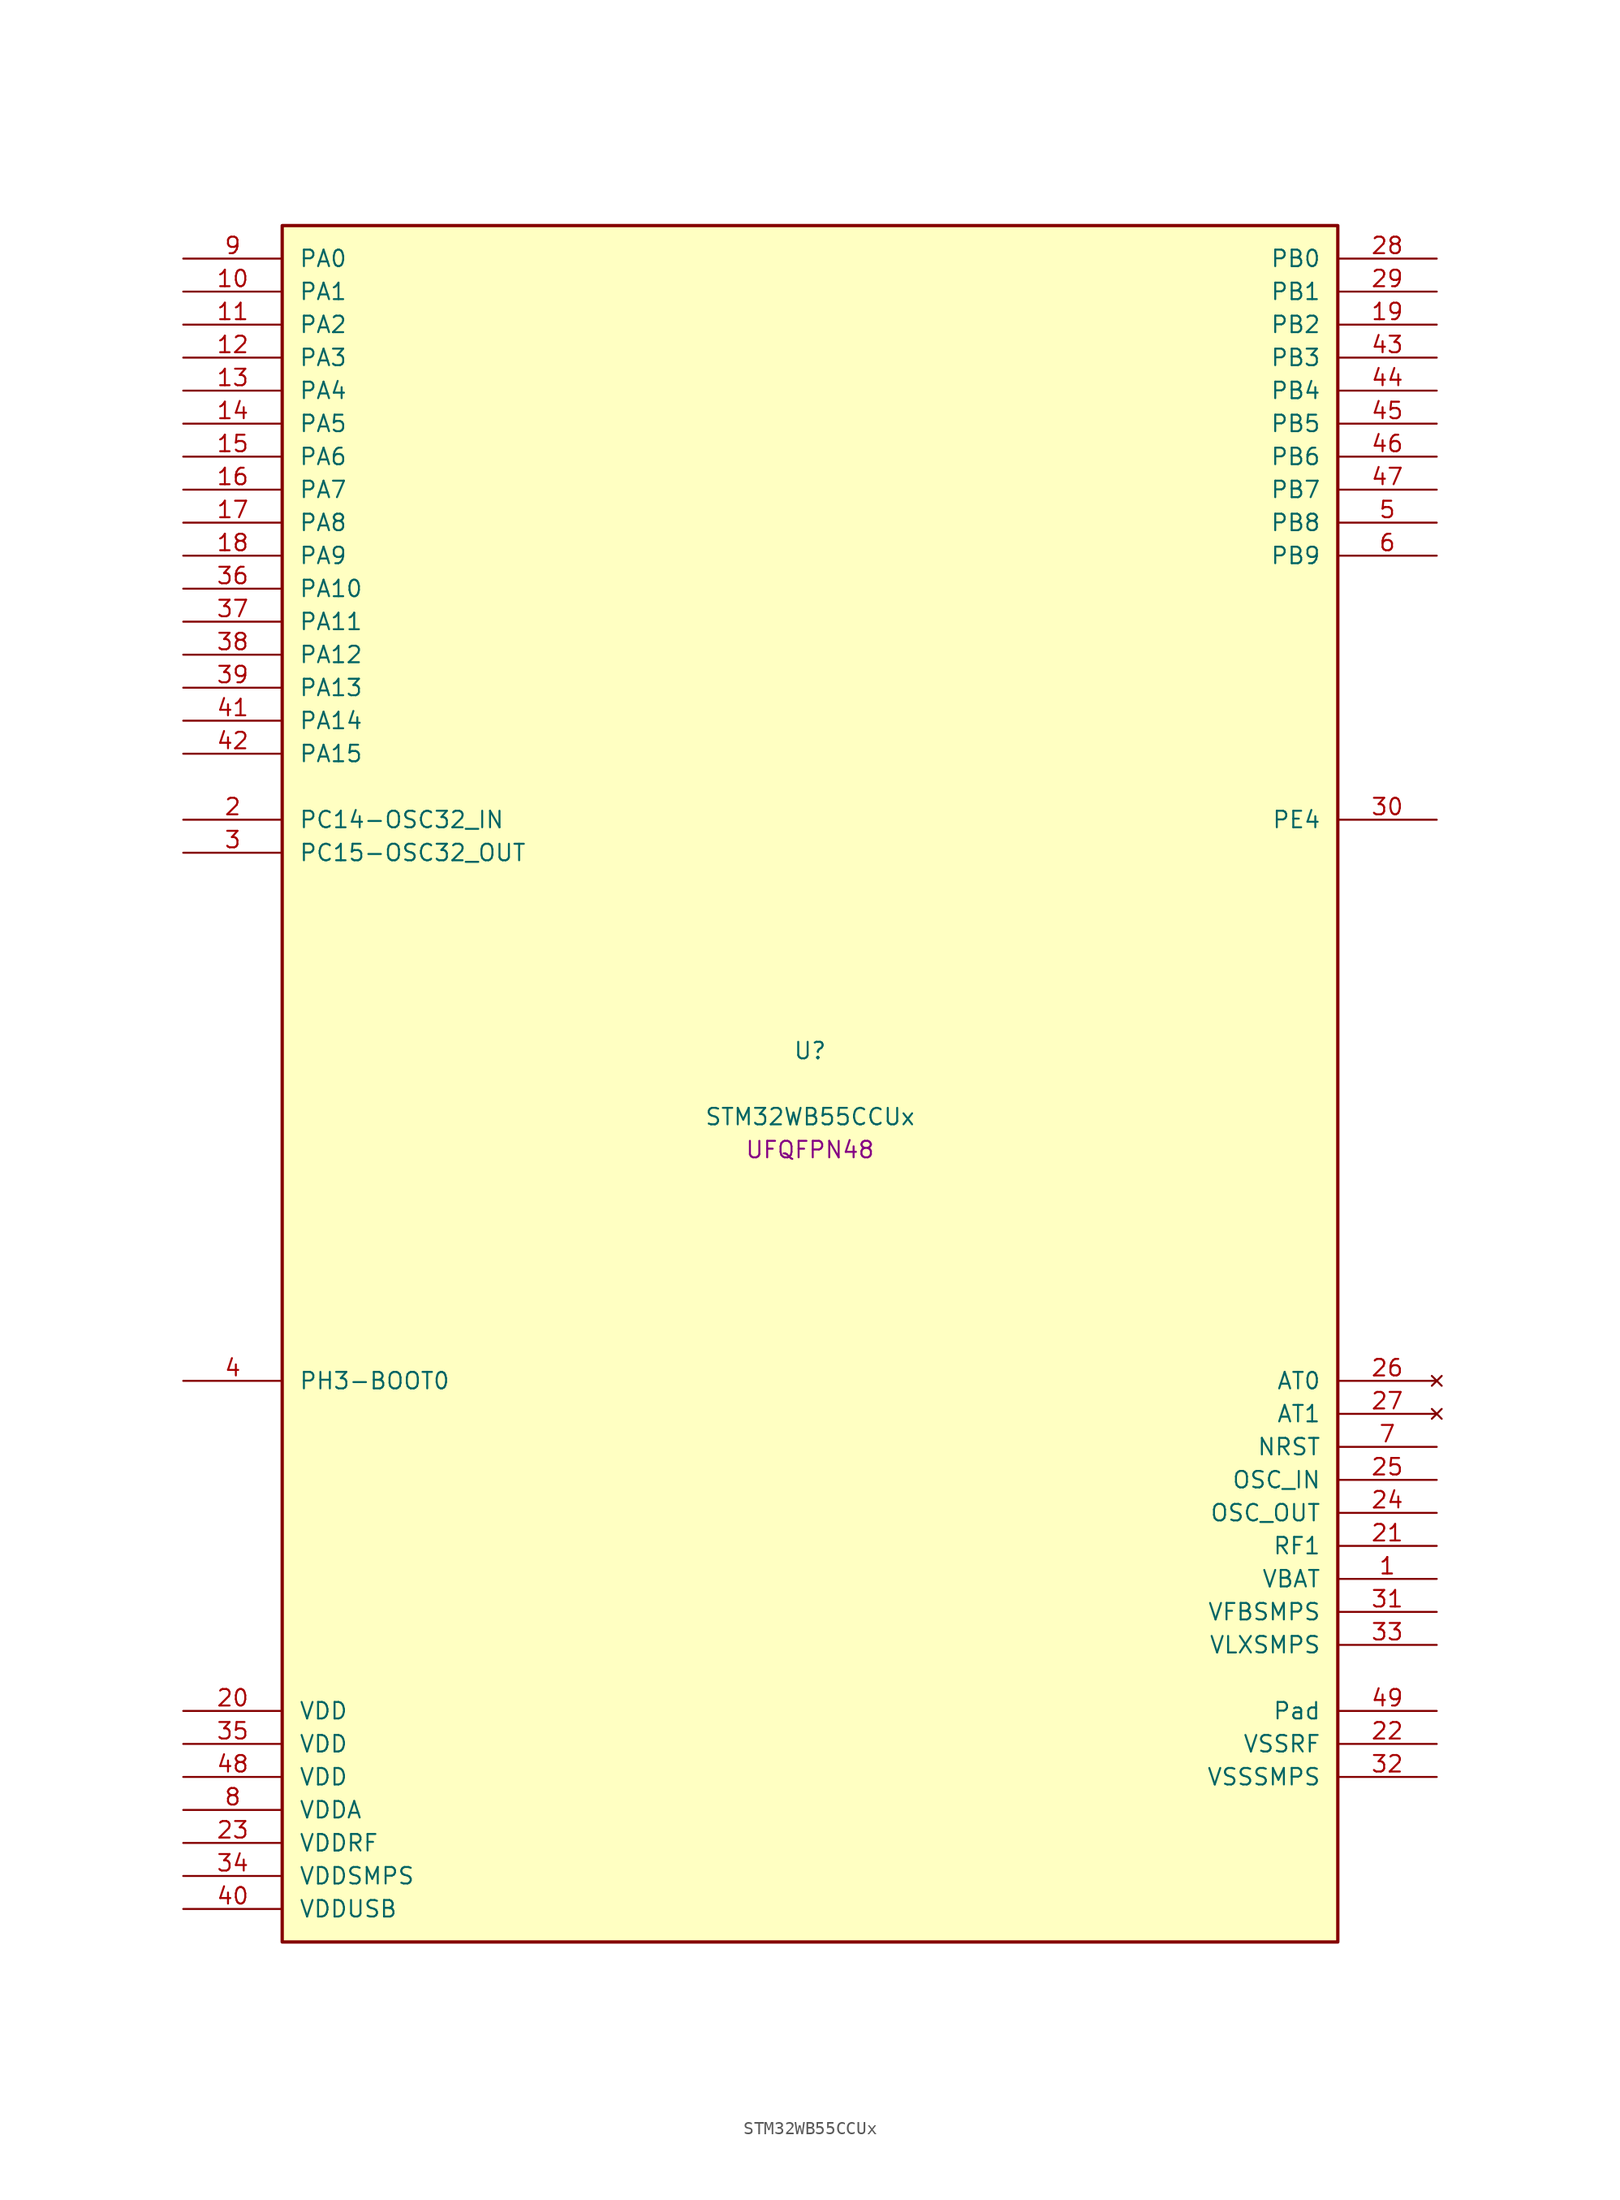
<source format=kicad_sym>
(kicad_symbol_lib
  (version 20241209)
  (generator "stm32_pkl_generator")
  (generator_version "1.0")
  (symbol "STM32WB55CCUx"
    (pin_names
      (offset 1.27))
    (property "Reference" "U"
      (at 0 2.54 0))
    (property "Value" "STM32WB55CCUx"
      (at 0 -2.54 0))
    (property "Footprint" "UFQFPN48"
      (at 0 -5.08 0))
    (symbol "STM32WB55CCUx_1_1"
      (rectangle (start -40.64 66.04) (end 40.64 -66.04) (stroke (width 0.254) (type solid)) (fill (type background)))
      (pin bidirectional line (at -48.26 63.5 0) (length 7.62) (name "PA0") (number "9") (alternate "PA0/ADC1_IN5" bidirectional line) (alternate "PA0/COMP1_INM" bidirectional line) (alternate "PA0/COMP1_OUT" bidirectional line) (alternate "PA0/RTC_TAMP2" bidirectional line) (alternate "PA0/SAI1_EXTCLK" bidirectional line) (alternate "PA0/SYS_WKUP1" bidirectional line) (alternate "PA0/TIM2_CH1" bidirectional line) (alternate "PA0/TIM2_ETR" bidirectional line))
      (pin bidirectional line (at -48.26 60.96 0) (length 7.62) (name "PA1") (number "10") (alternate "PA1/ADC1_IN6" bidirectional line) (alternate "PA1/COMP1_INP" bidirectional line) (alternate "PA1/I2C1_SMBA" bidirectional line) (alternate "PA1/LCD_SEG0" bidirectional line) (alternate "PA1/SPI1_SCK" bidirectional line) (alternate "PA1/TIM2_CH2" bidirectional line))
      (pin bidirectional line (at -48.26 58.42 0) (length 7.62) (name "PA2") (number "11") (alternate "PA2/ADC1_IN7" bidirectional line) (alternate "PA2/COMP2_INM" bidirectional line) (alternate "PA2/COMP2_OUT" bidirectional line) (alternate "PA2/LCD_SEG1" bidirectional line) (alternate "PA2/LPUART1_TX" bidirectional line) (alternate "PA2/QUADSPI_BK1_NCS" bidirectional line) (alternate "PA2/RCC_LSCO" bidirectional line) (alternate "PA2/SYS_WKUP4" bidirectional line) (alternate "PA2/TIM2_CH3" bidirectional line))
      (pin bidirectional line (at -48.26 55.88 0) (length 7.62) (name "PA3") (number "12") (alternate "PA3/ADC1_IN8" bidirectional line) (alternate "PA3/COMP2_INP" bidirectional line) (alternate "PA3/LCD_SEG2" bidirectional line) (alternate "PA3/LPUART1_RX" bidirectional line) (alternate "PA3/QUADSPI_CLK" bidirectional line) (alternate "PA3/SAI1_CK1" bidirectional line) (alternate "PA3/SAI1_MCLK_A" bidirectional line) (alternate "PA3/TIM2_CH4" bidirectional line))
      (pin bidirectional line (at -48.26 53.34 0) (length 7.62) (name "PA4") (number "13") (alternate "PA4/ADC1_IN9" bidirectional line) (alternate "PA4/COMP1_INM" bidirectional line) (alternate "PA4/COMP2_INM" bidirectional line) (alternate "PA4/LCD_SEG5" bidirectional line) (alternate "PA4/LPTIM2_OUT" bidirectional line) (alternate "PA4/SAI1_FS_B" bidirectional line) (alternate "PA4/SPI1_NSS" bidirectional line))
      (pin bidirectional line (at -48.26 50.8 0) (length 7.62) (name "PA5") (number "14") (alternate "PA5/ADC1_IN10" bidirectional line) (alternate "PA5/COMP1_INM" bidirectional line) (alternate "PA5/COMP2_INM" bidirectional line) (alternate "PA5/LPTIM2_ETR" bidirectional line) (alternate "PA5/SAI1_SD_B" bidirectional line) (alternate "PA5/SPI1_SCK" bidirectional line) (alternate "PA5/TIM2_CH1" bidirectional line) (alternate "PA5/TIM2_ETR" bidirectional line))
      (pin bidirectional line (at -48.26 48.26 0) (length 7.62) (name "PA6") (number "15") (alternate "PA6/ADC1_IN11" bidirectional line) (alternate "PA6/LCD_SEG3" bidirectional line) (alternate "PA6/LPUART1_CTS" bidirectional line) (alternate "PA6/QUADSPI_BK1_IO3" bidirectional line) (alternate "PA6/SPI1_MISO" bidirectional line) (alternate "PA6/TIM16_CH1" bidirectional line) (alternate "PA6/TIM1_BKIN" bidirectional line))
      (pin bidirectional line (at -48.26 45.72 0) (length 7.62) (name "PA7") (number "16") (alternate "PA7/ADC1_IN12" bidirectional line) (alternate "PA7/COMP2_OUT" bidirectional line) (alternate "PA7/I2C3_SCL" bidirectional line) (alternate "PA7/LCD_SEG4" bidirectional line) (alternate "PA7/QUADSPI_BK1_IO2" bidirectional line) (alternate "PA7/SPI1_MOSI" bidirectional line) (alternate "PA7/TIM17_CH1" bidirectional line) (alternate "PA7/TIM1_CH1N" bidirectional line))
      (pin bidirectional line (at -48.26 43.18 0) (length 7.62) (name "PA8") (number "17") (alternate "PA8/ADC1_IN15" bidirectional line) (alternate "PA8/LCD_COM0" bidirectional line) (alternate "PA8/LPTIM2_OUT" bidirectional line) (alternate "PA8/RCC_MCO" bidirectional line) (alternate "PA8/SAI1_CK2" bidirectional line) (alternate "PA8/SAI1_SCK_A" bidirectional line) (alternate "PA8/TIM1_CH1" bidirectional line) (alternate "PA8/USART1_CK" bidirectional line))
      (pin bidirectional line (at -48.26 40.64 0) (length 7.62) (name "PA9") (number "18") (alternate "PA9/ADC1_IN16" bidirectional line) (alternate "PA9/COMP1_INM" bidirectional line) (alternate "PA9/I2C1_SCL" bidirectional line) (alternate "PA9/LCD_COM1" bidirectional line) (alternate "PA9/SAI1_D2" bidirectional line) (alternate "PA9/SAI1_FS_A" bidirectional line) (alternate "PA9/TIM1_CH2" bidirectional line) (alternate "PA9/USART1_TX" bidirectional line))
      (pin bidirectional line (at -48.26 38.1 0) (length 7.62) (name "PA10") (number "36") (alternate "PA10/CRS_SYNC" bidirectional line) (alternate "PA10/I2C1_SDA" bidirectional line) (alternate "PA10/LCD_COM2" bidirectional line) (alternate "PA10/SAI1_D1" bidirectional line) (alternate "PA10/SAI1_SD_A" bidirectional line) (alternate "PA10/TIM17_BKIN" bidirectional line) (alternate "PA10/TIM1_CH3" bidirectional line) (alternate "PA10/USART1_RX" bidirectional line))
      (pin bidirectional line (at -48.26 35.56 0) (length 7.62) (name "PA11") (number "37") (alternate "PA11/ADC1_EXTI11" bidirectional line) (alternate "PA11/SPI1_MISO" bidirectional line) (alternate "PA11/TIM1_BKIN2" bidirectional line) (alternate "PA11/TIM1_CH4" bidirectional line) (alternate "PA11/USART1_CTS" bidirectional line) (alternate "PA11/USART1_NSS" bidirectional line) (alternate "PA11/USB_DM" bidirectional line))
      (pin bidirectional line (at -48.26 33.02 0) (length 7.62) (name "PA12") (number "38") (alternate "PA12/LPUART1_RX" bidirectional line) (alternate "PA12/SPI1_MOSI" bidirectional line) (alternate "PA12/TIM1_ETR" bidirectional line) (alternate "PA12/USART1_DE" bidirectional line) (alternate "PA12/USART1_RTS" bidirectional line) (alternate "PA12/USB_DP" bidirectional line))
      (pin bidirectional line (at -48.26 30.48 0) (length 7.62) (name "PA13") (number "39") (alternate "PA13/IR_OUT" bidirectional line) (alternate "PA13/SAI1_SD_B" bidirectional line) (alternate "PA13/SYS_JTMS-SWDIO" bidirectional line) (alternate "PA13/USB_NOE" bidirectional line))
      (pin bidirectional line (at -48.26 27.94 0) (length 7.62) (name "PA14") (number "41") (alternate "PA14/I2C1_SMBA" bidirectional line) (alternate "PA14/LCD_SEG5" bidirectional line) (alternate "PA14/LPTIM1_OUT" bidirectional line) (alternate "PA14/SAI1_FS_B" bidirectional line) (alternate "PA14/SYS_JTCK-SWCLK" bidirectional line))
      (pin bidirectional line (at -48.26 25.4 0) (length 7.62) (name "PA15") (number "42") (alternate "PA15/ADC1_EXTI15" bidirectional line) (alternate "PA15/LCD_SEG17" bidirectional line) (alternate "PA15/RCC_MCO" bidirectional line) (alternate "PA15/SPI1_NSS" bidirectional line) (alternate "PA15/SYS_JTDI" bidirectional line) (alternate "PA15/TIM2_CH1" bidirectional line) (alternate "PA15/TIM2_ETR" bidirectional line))
      (pin bidirectional line (at 48.26 63.5 180) (length 7.62) (name "PB0") (number "28") (alternate "PB0/COMP1_OUT" bidirectional line) (alternate "PB0/RF_TX_MOD_EXT_PA" bidirectional line))
      (pin bidirectional line (at 48.26 60.96 180) (length 7.62) (name "PB1") (number "29") (alternate "PB1/LPTIM2_IN1" bidirectional line) (alternate "PB1/LPUART1_DE" bidirectional line) (alternate "PB1/LPUART1_RTS" bidirectional line))
      (pin bidirectional line (at 48.26 58.42 180) (length 7.62) (name "PB2") (number "19") (alternate "PB2/COMP1_INP" bidirectional line) (alternate "PB2/I2C3_SMBA" bidirectional line) (alternate "PB2/LCD_VLCD" bidirectional line) (alternate "PB2/LPTIM1_OUT" bidirectional line) (alternate "PB2/RTC_OUT2" bidirectional line) (alternate "PB2/SAI1_EXTCLK" bidirectional line) (alternate "PB2/SPI1_NSS" bidirectional line))
      (pin bidirectional line (at 48.26 55.88 180) (length 7.62) (name "PB3") (number "43") (alternate "PB3/COMP2_INM" bidirectional line) (alternate "PB3/LCD_SEG7" bidirectional line) (alternate "PB3/SAI1_SCK_B" bidirectional line) (alternate "PB3/SPI1_SCK" bidirectional line) (alternate "PB3/SYS_JTDO-SWO" bidirectional line) (alternate "PB3/TIM2_CH2" bidirectional line) (alternate "PB3/USART1_DE" bidirectional line) (alternate "PB3/USART1_RTS" bidirectional line))
      (pin bidirectional line (at 48.26 53.34 180) (length 7.62) (name "PB4") (number "44") (alternate "PB4/COMP2_INP" bidirectional line) (alternate "PB4/I2C3_SDA" bidirectional line) (alternate "PB4/LCD_SEG8" bidirectional line) (alternate "PB4/SAI1_MCLK_B" bidirectional line) (alternate "PB4/SPI1_MISO" bidirectional line) (alternate "PB4/SYS_JTRST" bidirectional line) (alternate "PB4/TIM17_BKIN" bidirectional line) (alternate "PB4/USART1_CTS" bidirectional line) (alternate "PB4/USART1_NSS" bidirectional line))
      (pin bidirectional line (at 48.26 50.8 180) (length 7.62) (name "PB5") (number "45") (alternate "PB5/COMP2_OUT" bidirectional line) (alternate "PB5/I2C1_SMBA" bidirectional line) (alternate "PB5/LCD_SEG9" bidirectional line) (alternate "PB5/LPTIM1_IN1" bidirectional line) (alternate "PB5/LPUART1_TX" bidirectional line) (alternate "PB5/SAI1_SD_B" bidirectional line) (alternate "PB5/SPI1_MOSI" bidirectional line) (alternate "PB5/TIM16_BKIN" bidirectional line) (alternate "PB5/USART1_CK" bidirectional line))
      (pin bidirectional line (at 48.26 48.26 180) (length 7.62) (name "PB6") (number "46") (alternate "PB6/COMP2_INP" bidirectional line) (alternate "PB6/I2C1_SCL" bidirectional line) (alternate "PB6/LCD_SEG6" bidirectional line) (alternate "PB6/LPTIM1_ETR" bidirectional line) (alternate "PB6/RCC_MCO" bidirectional line) (alternate "PB6/SAI1_FS_B" bidirectional line) (alternate "PB6/TIM16_CH1N" bidirectional line) (alternate "PB6/USART1_TX" bidirectional line))
      (pin bidirectional line (at 48.26 45.72 180) (length 7.62) (name "PB7") (number "47") (alternate "PB7/COMP2_INM" bidirectional line) (alternate "PB7/I2C1_SDA" bidirectional line) (alternate "PB7/LCD_SEG21" bidirectional line) (alternate "PB7/LPTIM1_IN2" bidirectional line) (alternate "PB7/SYS_PVD_IN" bidirectional line) (alternate "PB7/TIM17_CH1N" bidirectional line) (alternate "PB7/TIM1_BKIN" bidirectional line) (alternate "PB7/USART1_RX" bidirectional line))
      (pin bidirectional line (at 48.26 43.18 180) (length 7.62) (name "PB8") (number "5") (alternate "PB8/I2C1_SCL" bidirectional line) (alternate "PB8/LCD_SEG16" bidirectional line) (alternate "PB8/QUADSPI_BK1_IO1" bidirectional line) (alternate "PB8/SAI1_CK1" bidirectional line) (alternate "PB8/SAI1_MCLK_A" bidirectional line) (alternate "PB8/TIM16_CH1" bidirectional line) (alternate "PB8/TIM1_CH2N" bidirectional line))
      (pin bidirectional line (at 48.26 40.64 180) (length 7.62) (name "PB9") (number "6") (alternate "PB9/I2C1_SDA" bidirectional line) (alternate "PB9/IR_OUT" bidirectional line) (alternate "PB9/LCD_COM3" bidirectional line) (alternate "PB9/QUADSPI_BK1_IO0" bidirectional line) (alternate "PB9/SAI1_D2" bidirectional line) (alternate "PB9/SAI1_FS_A" bidirectional line) (alternate "PB9/TIM17_CH1" bidirectional line) (alternate "PB9/TIM1_CH3N" bidirectional line))
      (pin bidirectional line (at -48.26 20.32 0) (length 7.62) (name "PC14-OSC32_IN") (number "2") (alternate "PC14-OSC32_IN/RCC_OSC32_IN" bidirectional line))
      (pin bidirectional line (at -48.26 17.78 0) (length 7.62) (name "PC15-OSC32_OUT") (number "3") (alternate "PC15-OSC32_OUT/ADC1_EXTI15" bidirectional line) (alternate "PC15-OSC32_OUT/RCC_OSC32_OUT" bidirectional line))
      (pin bidirectional line (at 48.26 20.32 180) (length 7.62) (name "PE4") (number "30"))
      (pin bidirectional line (at -48.26 -22.86 0) (length 7.62) (name "PH3-BOOT0") (number "4") (alternate "PH3-BOOT0/RCC_LSCO" bidirectional line))
      (pin no_connect line (at 48.26 -22.86 180) (length 7.62) (name "AT0") (number "26"))
      (pin no_connect line (at 48.26 -25.4 180) (length 7.62) (name "AT1") (number "27"))
      (pin input line (at 48.26 -27.94 180) (length 7.62) (name "NRST") (number "7"))
      (pin bidirectional line (at 48.26 -30.48 180) (length 7.62) (name "OSC_IN") (number "25") (alternate "OSC_IN/RCC_OSC_IN" bidirectional line))
      (pin bidirectional line (at 48.26 -33.02 180) (length 7.62) (name "OSC_OUT") (number "24") (alternate "OSC_OUT/RCC_OSC_OUT" bidirectional line))
      (pin bidirectional line (at 48.26 -35.56 180) (length 7.62) (name "RF1") (number "21") (alternate "RF1/RF_RF1" bidirectional line))
      (pin power_in line (at 48.26 -38.1 180) (length 7.62) (name "VBAT") (number "1"))
      (pin power_in line (at 48.26 -40.64 180) (length 7.62) (name "VFBSMPS") (number "31"))
      (pin power_in line (at 48.26 -43.18 180) (length 7.62) (name "VLXSMPS") (number "33"))
      (pin power_in line (at -48.26 -48.26 0) (length 7.62) (name "VDD") (number "20"))
      (pin power_in line (at -48.26 -50.8 0) (length 7.62) (name "VDD") (number "35"))
      (pin power_in line (at -48.26 -53.34 0) (length 7.62) (name "VDD") (number "48"))
      (pin power_in line (at -48.26 -55.88 0) (length 7.62) (name "VDDA") (number "8"))
      (pin power_in line (at -48.26 -58.42 0) (length 7.62) (name "VDDRF") (number "23"))
      (pin power_in line (at -48.26 -60.96 0) (length 7.62) (name "VDDSMPS") (number "34"))
      (pin power_in line (at -48.26 -63.5 0) (length 7.62) (name "VDDUSB") (number "40"))
      (pin passive line (at 48.26 -48.26 180) (length 7.62) (name "Pad") (number "49"))
      (pin power_in line (at 48.26 -50.8 180) (length 7.62) (name "VSSRF") (number "22"))
      (pin power_in line (at 48.26 -53.34 180) (length 7.62) (name "VSSSMPS") (number "32")))))
</source>
